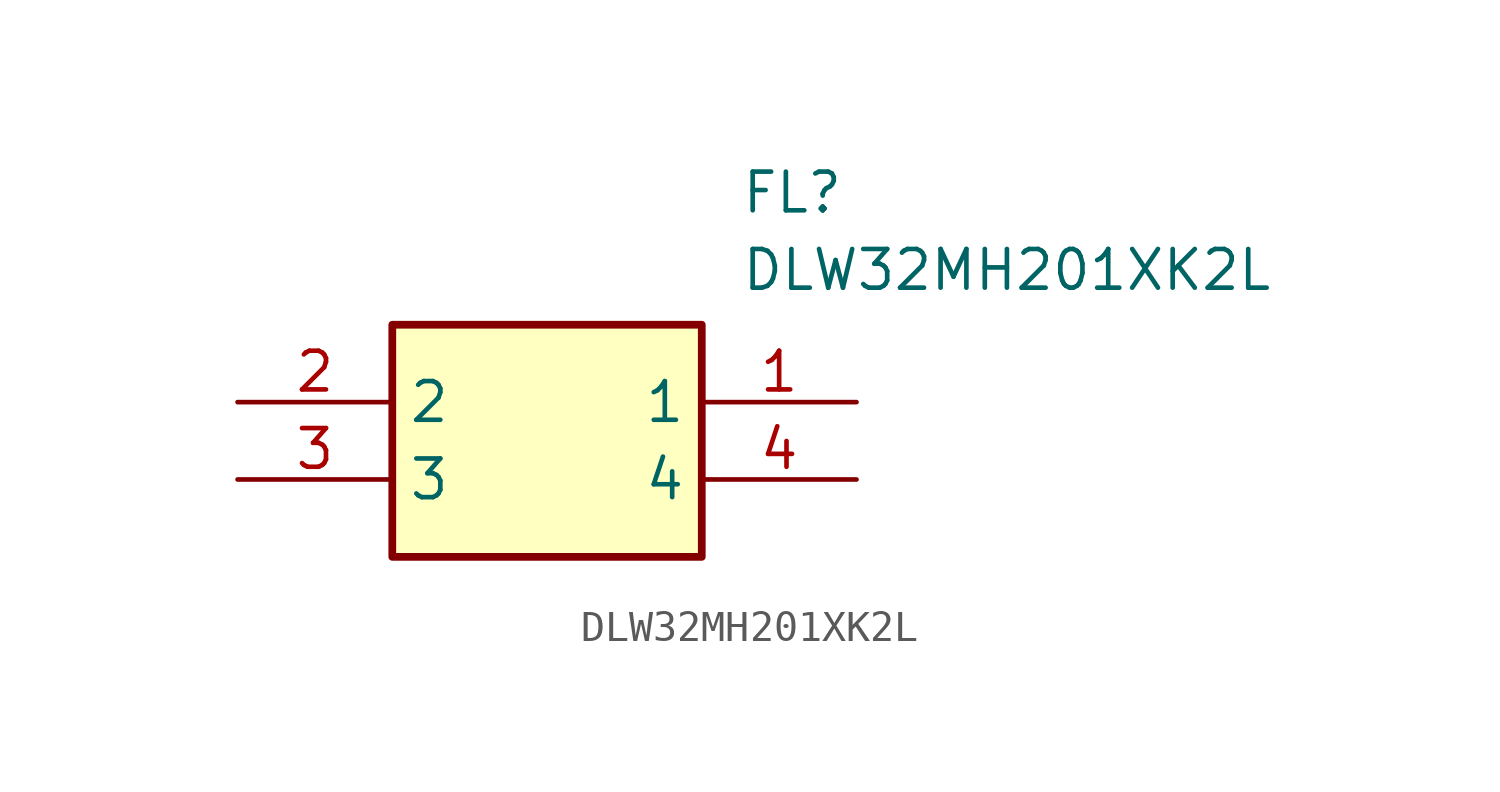
<source format=kicad_sym>
(kicad_symbol_lib
  (version 20211014)
  (generator SamacSys_ECAD_Model)
  (symbol "DLW32MH201XK2L"
    (property "Reference" "FL"
      (at 16.51 7.62 0)
      (effects (font (size 1.27 1.27)) (justify left top)))
    (property "Value" "DLW32MH201XK2L"
      (at 16.51 5.08 0)
      (effects (font (size 1.27 1.27)) (justify left top)))
    (rectangle
      (start 5.08 2.54)
      (end 15.24 -5.08)
      (stroke (width 0.254) (type default))
      (fill (type background)))
    (pin passive line
      (at 20.32 0 180)
      (length 5.08)
      (name "1" (effects (font (size 1.27 1.27))))
      (number "1" (effects (font (size 1.27 1.27)))))
    (pin passive line
      (at 0 0 0)
      (length 5.08)
      (name "2" (effects (font (size 1.27 1.27))))
      (number "2" (effects (font (size 1.27 1.27)))))
    (pin passive line
      (at 0 -2.54 0)
      (length 5.08)
      (name "3" (effects (font (size 1.27 1.27))))
      (number "3" (effects (font (size 1.27 1.27)))))
    (pin passive line
      (at 20.32 -2.54 180)
      (length 5.08)
      (name "4" (effects (font (size 1.27 1.27))))
      (number "4" (effects (font (size 1.27 1.27)))))))
</source>
